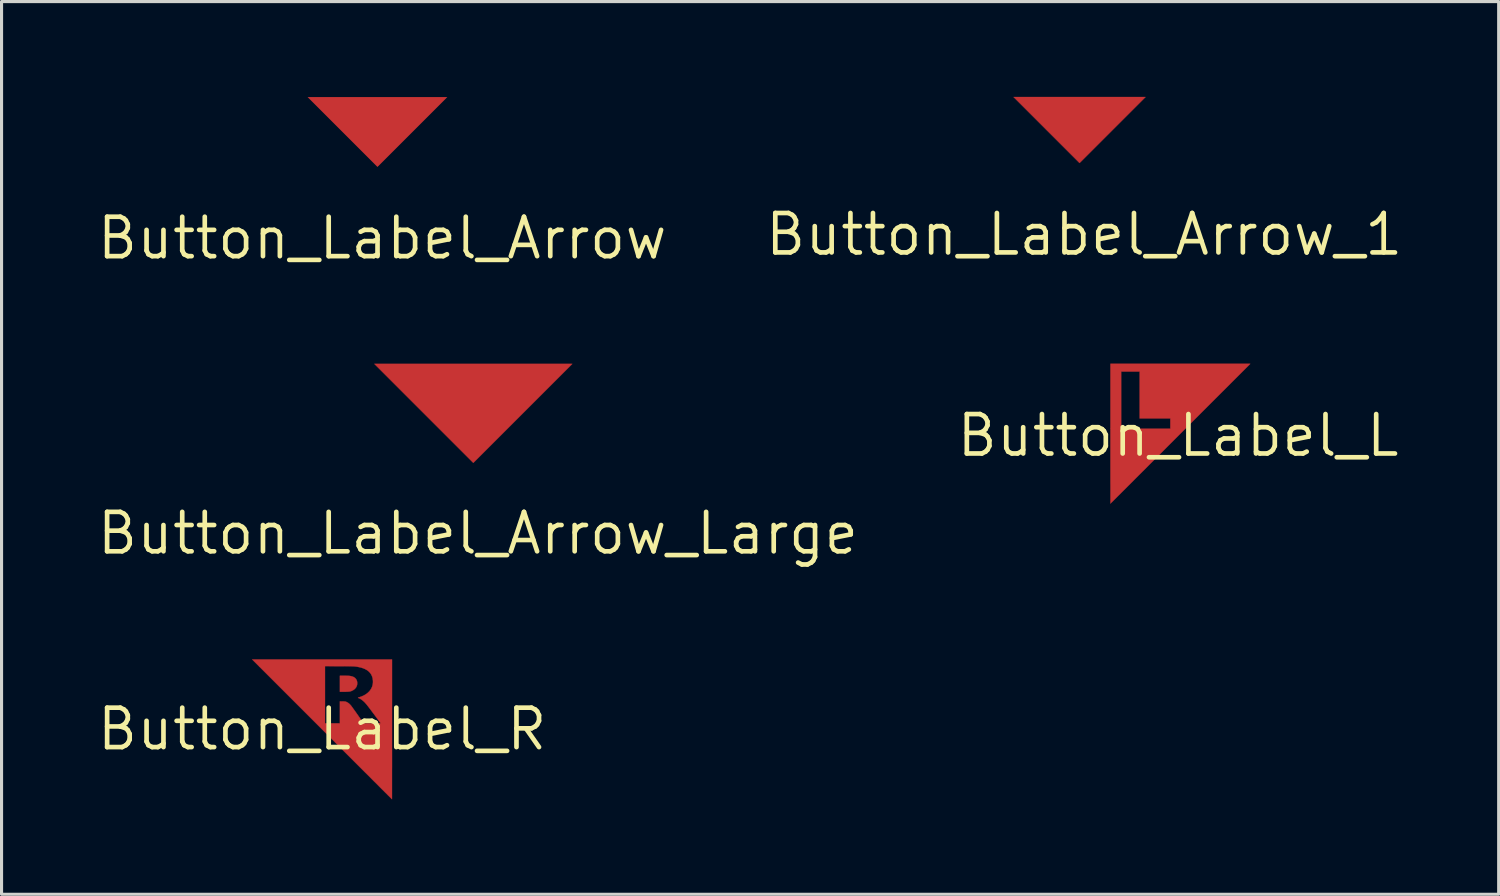
<source format=kicad_pcb>
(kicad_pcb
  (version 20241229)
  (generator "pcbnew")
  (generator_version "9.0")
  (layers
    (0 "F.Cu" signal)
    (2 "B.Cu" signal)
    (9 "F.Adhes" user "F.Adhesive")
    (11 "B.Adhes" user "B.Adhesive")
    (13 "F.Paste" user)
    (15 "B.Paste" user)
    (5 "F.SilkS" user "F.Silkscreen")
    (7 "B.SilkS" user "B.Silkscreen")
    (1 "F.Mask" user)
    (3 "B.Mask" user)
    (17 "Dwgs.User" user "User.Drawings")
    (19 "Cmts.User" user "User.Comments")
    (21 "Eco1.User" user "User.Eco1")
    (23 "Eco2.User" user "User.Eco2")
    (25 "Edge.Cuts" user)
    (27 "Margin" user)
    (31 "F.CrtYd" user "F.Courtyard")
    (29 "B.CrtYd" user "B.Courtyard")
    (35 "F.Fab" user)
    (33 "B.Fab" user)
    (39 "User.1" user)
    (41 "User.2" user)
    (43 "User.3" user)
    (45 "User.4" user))
  (footprint "Button_Label_Arrow"
    (layer "F.Cu")
    (at 9.11 2.32)
    (property "Reference" "Button_Label_Arrow" (at 0.15 2.3 0) (layer "F.SilkS") (effects (font (size 1.27 1.27) (thickness 0.15))))
    (attr board_only exclude_from_pos_files exclude_from_bom allow_missing_courtyard)
    (fp_poly (pts (xy -2.254 -2.244) (xy 2.248 -2.244) (xy -0.002 0.006) (xy -0.004 0.006)) (stroke (width 0) (type solid)) (fill yes) (layer "F.Cu"))
    (fp_poly (pts (xy -2.254 -2.244) (xy 2.248 -2.244) (xy -0.002 0.006) (xy -0.004 0.006)) (stroke (width 0) (type solid)) (fill yes) (layer "F.Mask"))
    (zone (net_name "") (layer "F.Cu") (hatch full 0.5) (connect_pads) (min_thickness 0.25) (filled_areas_thickness no) (keepout (tracks not_allowed) (vias not_allowed) (pads not_allowed) (copperpour allowed) (footprints allowed)) (placement (enabled no)) (fill) (polygon (pts (xy 6.8 0) (xy 11.4 0) (xy 11.4 0.13) (xy 9.11 2.42) (xy 6.8 0.11)))))
  (footprint "Button_Label_Arrow_1"
    (layer "F.Cu")
    (at 31.719 2.2)
    (property "Reference" "Button_Label_Arrow_1" (at 0.15 2.3 0) (layer "F.SilkS") (effects (font (size 1.27 1.27) (thickness 0.15))))
    (attr board_only exclude_from_pos_files exclude_from_bom allow_missing_courtyard)
    (fp_poly (pts (xy -1.063 -1.063) (xy -2.125 -2.125) (xy 2.125 -2.125) (xy 1.063 -1.063) (xy 0 -0.000001) (xy -1.063 -1.063)) (stroke (width 0.01) (type solid)) (fill yes) (layer "F.Cu"))
    (fp_poly (pts (xy -1.063 -1.063) (xy -2.125 -2.125) (xy 2.125 -2.125) (xy 1.063 -1.063) (xy 0 -0.000001) (xy -1.063 -1.063)) (stroke (width 0.01) (type solid)) (fill yes) (layer "F.Mask"))
    (zone (net_name "") (layer "F.Cu") (hatch full 0.5) (connect_pads) (min_thickness 0.25) (filled_areas_thickness no) (keepout (tracks not_allowed) (vias not_allowed) (pads not_allowed) (copperpour allowed) (footprints allowed)) (placement (enabled no)) (fill) (polygon (pts (xy 29.519 0) (xy 33.919 0) (xy 33.919 0.1) (xy 31.719 2.3) (xy 29.519 0.1)))))
  (footprint "Button_Label_Arrow_Large"
    (layer "F.Cu")
    (at 12.194 11.826)
    (property "Reference" "Button_Label_Arrow_Large" (at 0.15 2.3 0) (layer "F.SilkS") (effects (font (size 1.27 1.27) (thickness 0.15))))
    (attr board_only exclude_from_pos_files exclude_from_bom allow_missing_courtyard)
    (fp_poly (pts (xy -1.594 -1.563) (xy -3.188 -3.157) (xy 3.188 -3.157) (xy 1.594 -1.563) (xy 0 0.031) (xy -1.594 -1.563)) (stroke (width 0.01) (type solid)) (fill yes) (layer "F.Cu"))
    (fp_poly (pts (xy -1.594 -1.563) (xy -3.188 -3.157) (xy 3.188 -3.157) (xy 1.594 -1.563) (xy 0 0.031) (xy -1.594 -1.563)) (stroke (width 0.01) (type solid)) (fill yes) (layer "F.Mask"))
    (zone (net_name "") (layer "F.Cu") (hatch full 0.5) (connect_pads) (min_thickness 0.25) (filled_areas_thickness no) (keepout (tracks not_allowed) (vias not_allowed) (pads not_allowed) (copperpour allowed) (footprints allowed)) (placement (enabled no)) (fill) (polygon (pts (xy 8.944 8.626) (xy 15.444 8.626) (xy 15.444 8.676) (xy 12.194 11.926) (xy 8.944 8.676)))))
  (footprint "Button_Label_L"
    (layer "F.Cu")
    (at 34.893 10.976)
    (property "Reference" "Button_Label_L" (at 0 0 0) (layer "F.SilkS") (effects (font (size 1.27 1.27) (thickness 0.15))))
    (attr board_only exclude_from_pos_files exclude_from_bom allow_missing_courtyard)
    (fp_poly (pts (xy -0.797 -1.102) (xy -0.758 -1.101) (xy -0.726 -1.1) (xy -0.699 -1.098) (xy -0.678 -1.096) (xy -0.659 -1.093) (xy -0.643 -1.089) (xy -0.629 -1.084) (xy -0.614 -1.078) (xy -0.609 -1.076) (xy -0.581 -1.06) (xy -0.56 -1.039) (xy -0.545 -1.014) (xy -0.537 -0.984) (xy -0.536 -0.981) (xy -0.534 -0.947) (xy -0.54 -0.916) (xy -0.553 -0.887) (xy -0.571 -0.864) (xy -0.598 -0.84) (xy -0.629 -0.821) (xy -0.661 -0.807) (xy -0.671 -0.804) (xy -0.68 -0.801) (xy -0.688 -0.799) (xy -0.698 -0.798) (xy -0.711 -0.797) (xy -0.727 -0.796) (xy -0.748 -0.795) (xy -0.775 -0.795) (xy -0.799 -0.795) (xy -0.905 -0.793) (xy -0.905 -1.104) (xy -0.797 -1.102)) (stroke (width 0.01) (type solid)) (fill yes) (layer "F.Cu"))
    (fp_poly (pts (xy 0.073 -0.058) (xy -0.039 0.054) (xy -0.15 0.165) (xy -0.259 0.274) (xy -0.367 0.382) (xy -0.472 0.488) (xy -0.576 0.592) (xy -0.678 0.694) (xy -0.778 0.794) (xy -0.876 0.891) (xy -0.971 0.986) (xy -1.063 1.079) (xy -1.153 1.168) (xy -1.24 1.255) (xy -1.324 1.339) (xy -1.405 1.42) (xy -1.482 1.498) (xy -1.556 1.572) (xy -1.627 1.642) (xy -1.694 1.71) (xy -1.758 1.773) (xy -1.817 1.832) (xy -1.872 1.888) (xy -1.924 1.939) (xy -1.971 1.986) (xy -2.013 2.028) (xy -2.051 2.066) (xy -2.084 2.099) (xy -2.113 2.128) (xy -2.136 2.151) (xy -2.155 2.169) (xy -2.168 2.182) (xy -2.176 2.19) (xy -2.178 2.192) (xy -2.178 2.188) (xy -2.178 2.177) (xy -2.178 2.158) (xy -2.178 2.131) (xy -2.178 2.098) (xy -2.178 2.058) (xy -2.178 2.011) (xy -2.178 1.957) (xy -2.178 1.898) (xy -2.178 1.833) (xy -2.178 1.762) (xy -2.178 1.685) (xy -2.178 1.603) (xy -2.179 1.517) (xy -2.179 1.425) (xy -2.179 1.329) (xy -2.179 1.228) (xy -2.179 1.123) (xy -2.179 1.015) (xy -2.179 0.902) (xy -2.179 0.787) (xy -2.179 0.668) (xy -2.179 0.545) (xy -2.179 0.421) (xy -2.179 0.293) (xy -2.179 0.163) (xy -2.179 0.031) (xy -2.179 -2.058) (xy -1.834 -2.058) (xy -1.834 -0.217) (xy -0.25 -0.217) (xy -0.25 -0.55) (xy -1.238 -0.55) (xy -1.238 -2.058) (xy -1.834 -2.058) (xy -2.179 -2.058) (xy -2.179 -2.308) (xy 2.324 -2.308) (xy 0.073 -0.058)) (stroke (width 0.01) (type solid)) (fill yes) (layer "F.Cu"))
    (fp_poly (pts (xy -0.797 -1.102) (xy -0.758 -1.101) (xy -0.726 -1.1) (xy -0.699 -1.098) (xy -0.678 -1.096) (xy -0.659 -1.093) (xy -0.643 -1.089) (xy -0.629 -1.084) (xy -0.614 -1.078) (xy -0.609 -1.076) (xy -0.581 -1.06) (xy -0.56 -1.039) (xy -0.545 -1.014) (xy -0.537 -0.984) (xy -0.536 -0.981) (xy -0.534 -0.947) (xy -0.54 -0.916) (xy -0.553 -0.887) (xy -0.571 -0.864) (xy -0.598 -0.84) (xy -0.629 -0.821) (xy -0.661 -0.807) (xy -0.671 -0.804) (xy -0.68 -0.801) (xy -0.688 -0.799) (xy -0.698 -0.798) (xy -0.711 -0.797) (xy -0.727 -0.796) (xy -0.748 -0.795) (xy -0.775 -0.795) (xy -0.799 -0.795) (xy -0.905 -0.793) (xy -0.905 -1.104) (xy -0.797 -1.102)) (stroke (width 0.01) (type solid)) (fill yes) (layer "F.Mask"))
    (fp_poly (pts (xy 0.073 -0.058) (xy -0.039 0.054) (xy -0.15 0.165) (xy -0.259 0.274) (xy -0.367 0.382) (xy -0.472 0.488) (xy -0.576 0.592) (xy -0.678 0.694) (xy -0.778 0.794) (xy -0.876 0.891) (xy -0.971 0.986) (xy -1.063 1.079) (xy -1.153 1.168) (xy -1.24 1.255) (xy -1.324 1.339) (xy -1.405 1.42) (xy -1.482 1.498) (xy -1.556 1.572) (xy -1.627 1.642) (xy -1.694 1.71) (xy -1.758 1.773) (xy -1.817 1.832) (xy -1.872 1.888) (xy -1.924 1.939) (xy -1.971 1.986) (xy -2.013 2.028) (xy -2.051 2.066) (xy -2.084 2.099) (xy -2.113 2.128) (xy -2.136 2.151) (xy -2.155 2.169) (xy -2.168 2.182) (xy -2.176 2.19) (xy -2.178 2.192) (xy -2.178 2.188) (xy -2.178 2.177) (xy -2.178 2.158) (xy -2.178 2.131) (xy -2.178 2.098) (xy -2.178 2.058) (xy -2.178 2.011) (xy -2.178 1.957) (xy -2.178 1.898) (xy -2.178 1.833) (xy -2.178 1.762) (xy -2.178 1.685) (xy -2.178 1.603) (xy -2.179 1.517) (xy -2.179 1.425) (xy -2.179 1.329) (xy -2.179 1.228) (xy -2.179 1.123) (xy -2.179 1.015) (xy -2.179 0.902) (xy -2.179 0.787) (xy -2.179 0.668) (xy -2.179 0.545) (xy -2.179 0.421) (xy -2.179 0.293) (xy -2.179 0.163) (xy -2.179 0.031) (xy -2.179 -2.058) (xy -1.834 -2.058) (xy -1.834 -0.217) (xy -0.25 -0.217) (xy -0.25 -0.55) (xy -1.238 -0.55) (xy -1.238 -2.058) (xy -1.834 -2.058) (xy -2.179 -2.058) (xy -2.179 -2.308) (xy 2.324 -2.308) (xy 0.073 -0.058)) (stroke (width 0.01) (type solid)) (fill yes) (layer "F.Mask"))
    (zone (net_name "") (layer "F.Cu") (hatch full 0.5) (connect_pads) (min_thickness 0.25) (filled_areas_thickness no) (keepout (tracks allowed) (vias allowed) (pads allowed) (copperpour not_allowed) (footprints allowed)) (placement (enabled no)) (fill) (polygon (pts (xy 37.193 8.676) (xy 32.723 13.146) (xy 32.723 8.676))))
    (zone (net_name "") (layer "F.Cu") (hatch none 0.5) (connect_pads) (min_thickness 0.25) (filled_areas_thickness no) (keepout (tracks not_allowed) (vias not_allowed) (pads not_allowed) (copperpour allowed) (footprints allowed)) (placement (enabled no)) (fill) (polygon (pts (xy 32.668 8.626) (xy 32.668 13.201) (xy 32.768 13.201) (xy 37.243 8.726) (xy 37.243 8.626)))))
  (footprint "Button_Label_R"
    (layer "F.Cu")
    (at 7.325 20.432)
    (property "Reference" "Button_Label_R" (at 0 0 0) (layer "F.SilkS") (effects (font (size 1.27 1.27) (thickness 0.15))))
    (attr board_only exclude_from_pos_files exclude_from_bom allow_missing_courtyard)
    (fp_poly (pts (xy 0.752 -1.718) (xy 0.79 -1.717) (xy 0.821 -1.717) (xy 0.848 -1.716) (xy 0.872 -1.714) (xy 0.892 -1.712) (xy 0.911 -1.709) (xy 0.93 -1.705) (xy 0.945 -1.702) (xy 0.99 -1.688) (xy 1.029 -1.669) (xy 1.062 -1.645) (xy 1.088 -1.616) (xy 1.109 -1.583) (xy 1.123 -1.545) (xy 1.13 -1.503) (xy 1.13 -1.462) (xy 1.127 -1.43) (xy 1.12 -1.401) (xy 1.109 -1.373) (xy 1.103 -1.359) (xy 1.082 -1.327) (xy 1.055 -1.297) (xy 1.022 -1.269) (xy 0.984 -1.246) (xy 0.944 -1.227) (xy 0.93 -1.222) (xy 0.913 -1.217) (xy 0.896 -1.213) (xy 0.877 -1.209) (xy 0.856 -1.207) (xy 0.831 -1.205) (xy 0.802 -1.203) (xy 0.768 -1.202) (xy 0.727 -1.202) (xy 0.702 -1.202) (xy 0.572 -1.202) (xy 0.572 -1.718) (xy 0.708 -1.718) (xy 0.752 -1.718)) (stroke (width 0.01) (type solid)) (fill yes) (layer "F.Cu"))
    (fp_poly (pts (xy 2.251 0.008) (xy 2.251 0.142) (xy 2.251 0.273) (xy 2.251 0.402) (xy 2.251 0.529) (xy 2.251 0.653) (xy 2.251 0.774) (xy 2.251 0.892) (xy 2.251 1.007) (xy 2.251 1.118) (xy 2.251 1.225) (xy 2.25 1.328) (xy 2.25 1.428) (xy 2.25 1.522) (xy 2.25 1.612) (xy 2.25 1.698) (xy 2.25 1.778) (xy 2.25 1.852) (xy 2.25 1.921) (xy 2.25 1.985) (xy 2.25 2.042) (xy 2.25 2.093) (xy 2.25 2.138) (xy 2.25 2.176) (xy 2.25 2.207) (xy 2.25 2.231) (xy 2.25 2.248) (xy 2.25 2.257) (xy 2.25 2.259) (xy 2.247 2.256) (xy 2.239 2.248) (xy 2.225 2.234) (xy 2.206 2.215) (xy 2.182 2.191) (xy 2.153 2.162) (xy 2.119 2.129) (xy 2.081 2.09) (xy 2.038 2.048) (xy 1.991 2) (xy 1.939 1.949) (xy 1.883 1.893) (xy 1.823 1.833) (xy 1.76 1.769) (xy 1.692 1.702) (xy 1.621 1.631) (xy 1.547 1.556) (xy 1.469 1.478) (xy 1.387 1.397) (xy 1.303 1.313) (xy 1.216 1.226) (xy 1.126 1.136) (xy 1.033 1.043) (xy 0.938 0.948) (xy 0.84 0.85) (xy 0.74 0.75) (xy 0.638 0.648) (xy 0.534 0.544) (xy 0.428 0.438) (xy 0.32 0.33) (xy 0.211 0.221) (xy 0.1 0.11) (xy -0.002 0.008) (xy -0.196 -0.186) (xy 0.092 -0.186) (xy 0.572 -0.186) (xy 0.572 -0.893) (xy 0.658 -0.891) (xy 0.688 -0.891) (xy 0.711 -0.89) (xy 0.728 -0.889) (xy 0.742 -0.887) (xy 0.752 -0.886) (xy 0.761 -0.883) (xy 0.767 -0.881) (xy 0.807 -0.863) (xy 0.846 -0.839) (xy 0.883 -0.808) (xy 0.919 -0.77) (xy 0.935 -0.751) (xy 0.942 -0.741) (xy 0.954 -0.725) (xy 0.97 -0.704) (xy 0.988 -0.678) (xy 1.01 -0.648) (xy 1.034 -0.614) (xy 1.06 -0.578) (xy 1.088 -0.539) (xy 1.116 -0.498) (xy 1.146 -0.457) (xy 1.152 -0.447) (xy 1.336 -0.186) (xy 1.611 -0.186) (xy 1.657 -0.186) (xy 1.7 -0.186) (xy 1.741 -0.186) (xy 1.777 -0.186) (xy 1.81 -0.187) (xy 1.837 -0.187) (xy 1.859 -0.187) (xy 1.875 -0.187) (xy 1.884 -0.188) (xy 1.886 -0.188) (xy 1.883 -0.191) (xy 1.877 -0.201) (xy 1.866 -0.215) (xy 1.851 -0.235) (xy 1.833 -0.259) (xy 1.812 -0.287) (xy 1.789 -0.319) (xy 1.763 -0.354) (xy 1.735 -0.392) (xy 1.705 -0.432) (xy 1.681 -0.465) (xy 1.639 -0.52) (xy 1.602 -0.57) (xy 1.569 -0.614) (xy 1.54 -0.653) (xy 1.513 -0.687) (xy 1.49 -0.718) (xy 1.47 -0.744) (xy 1.451 -0.767) (xy 1.435 -0.788) (xy 1.42 -0.806) (xy 1.406 -0.822) (xy 1.393 -0.836) (xy 1.381 -0.85) (xy 1.372 -0.86) (xy 1.34 -0.891) (xy 1.306 -0.92) (xy 1.272 -0.946) (xy 1.238 -0.969) (xy 1.206 -0.986) (xy 1.176 -0.999) (xy 1.172 -1) (xy 1.162 -1.004) (xy 1.156 -1.008) (xy 1.155 -1.009) (xy 1.159 -1.012) (xy 1.169 -1.017) (xy 1.183 -1.022) (xy 1.194 -1.025) (xy 1.256 -1.046) (xy 1.316 -1.071) (xy 1.372 -1.1) (xy 1.423 -1.132) (xy 1.469 -1.168) (xy 1.508 -1.205) (xy 1.52 -1.217) (xy 1.558 -1.267) (xy 1.589 -1.318) (xy 1.612 -1.372) (xy 1.627 -1.427) (xy 1.636 -1.486) (xy 1.637 -1.547) (xy 1.635 -1.572) (xy 1.627 -1.632) (xy 1.612 -1.688) (xy 1.59 -1.74) (xy 1.562 -1.787) (xy 1.527 -1.83) (xy 1.486 -1.869) (xy 1.438 -1.903) (xy 1.383 -1.933) (xy 1.322 -1.959) (xy 1.253 -1.981) (xy 1.179 -1.998) (xy 1.149 -2.004) (xy 1.13 -2.007) (xy 1.113 -2.01) (xy 1.097 -2.012) (xy 1.081 -2.014) (xy 1.064 -2.016) (xy 1.047 -2.018) (xy 1.028 -2.019) (xy 1.007 -2.021) (xy 0.983 -2.022) (xy 0.957 -2.023) (xy 0.927 -2.023) (xy 0.893 -2.024) (xy 0.855 -2.025) (xy 0.811 -2.025) (xy 0.762 -2.025) (xy 0.707 -2.026) (xy 0.645 -2.026) (xy 0.576 -2.026) (xy 0.537 -2.026) (xy 0.092 -2.028) (xy 0.092 -0.186) (xy -0.196 -0.186) (xy -2.252 -2.242) (xy 2.251 -2.242) (xy 2.251 0.008)) (stroke (width 0.01) (type solid)) (fill yes) (layer "F.Cu"))
    (fp_poly (pts (xy 0.752 -1.718) (xy 0.79 -1.717) (xy 0.821 -1.717) (xy 0.848 -1.716) (xy 0.872 -1.714) (xy 0.892 -1.712) (xy 0.911 -1.709) (xy 0.93 -1.705) (xy 0.945 -1.702) (xy 0.99 -1.688) (xy 1.029 -1.669) (xy 1.062 -1.645) (xy 1.088 -1.616) (xy 1.109 -1.583) (xy 1.123 -1.545) (xy 1.13 -1.503) (xy 1.13 -1.462) (xy 1.127 -1.43) (xy 1.12 -1.401) (xy 1.109 -1.373) (xy 1.103 -1.359) (xy 1.082 -1.327) (xy 1.055 -1.297) (xy 1.022 -1.269) (xy 0.984 -1.246) (xy 0.944 -1.227) (xy 0.93 -1.222) (xy 0.913 -1.217) (xy 0.896 -1.213) (xy 0.877 -1.209) (xy 0.856 -1.207) (xy 0.831 -1.205) (xy 0.802 -1.203) (xy 0.768 -1.202) (xy 0.727 -1.202) (xy 0.702 -1.202) (xy 0.572 -1.202) (xy 0.572 -1.718) (xy 0.708 -1.718) (xy 0.752 -1.718)) (stroke (width 0.01) (type solid)) (fill yes) (layer "F.Mask"))
    (fp_poly (pts (xy 2.251 0.008) (xy 2.251 0.142) (xy 2.251 0.273) (xy 2.251 0.402) (xy 2.251 0.529) (xy 2.251 0.653) (xy 2.251 0.774) (xy 2.251 0.892) (xy 2.251 1.007) (xy 2.251 1.118) (xy 2.251 1.225) (xy 2.25 1.328) (xy 2.25 1.428) (xy 2.25 1.522) (xy 2.25 1.612) (xy 2.25 1.698) (xy 2.25 1.778) (xy 2.25 1.852) (xy 2.25 1.921) (xy 2.25 1.985) (xy 2.25 2.042) (xy 2.25 2.093) (xy 2.25 2.138) (xy 2.25 2.176) (xy 2.25 2.207) (xy 2.25 2.231) (xy 2.25 2.248) (xy 2.25 2.257) (xy 2.25 2.259) (xy 2.247 2.256) (xy 2.239 2.248) (xy 2.225 2.234) (xy 2.206 2.215) (xy 2.182 2.191) (xy 2.153 2.162) (xy 2.119 2.129) (xy 2.081 2.09) (xy 2.038 2.048) (xy 1.991 2) (xy 1.939 1.949) (xy 1.883 1.893) (xy 1.823 1.833) (xy 1.76 1.769) (xy 1.692 1.702) (xy 1.621 1.631) (xy 1.547 1.556) (xy 1.469 1.478) (xy 1.387 1.397) (xy 1.303 1.313) (xy 1.216 1.226) (xy 1.126 1.136) (xy 1.033 1.043) (xy 0.938 0.948) (xy 0.84 0.85) (xy 0.74 0.75) (xy 0.638 0.648) (xy 0.534 0.544) (xy 0.428 0.438) (xy 0.32 0.33) (xy 0.211 0.221) (xy 0.1 0.11) (xy -0.002 0.008) (xy -0.196 -0.186) (xy 0.092 -0.186) (xy 0.572 -0.186) (xy 0.572 -0.893) (xy 0.658 -0.891) (xy 0.688 -0.891) (xy 0.711 -0.89) (xy 0.728 -0.889) (xy 0.742 -0.887) (xy 0.752 -0.886) (xy 0.761 -0.883) (xy 0.767 -0.881) (xy 0.807 -0.863) (xy 0.846 -0.839) (xy 0.883 -0.808) (xy 0.919 -0.77) (xy 0.935 -0.751) (xy 0.942 -0.741) (xy 0.954 -0.725) (xy 0.97 -0.704) (xy 0.988 -0.678) (xy 1.01 -0.648) (xy 1.034 -0.614) (xy 1.06 -0.578) (xy 1.088 -0.539) (xy 1.116 -0.498) (xy 1.146 -0.457) (xy 1.152 -0.447) (xy 1.336 -0.186) (xy 1.611 -0.186) (xy 1.657 -0.186) (xy 1.7 -0.186) (xy 1.741 -0.186) (xy 1.777 -0.186) (xy 1.81 -0.187) (xy 1.837 -0.187) (xy 1.859 -0.187) (xy 1.875 -0.187) (xy 1.884 -0.188) (xy 1.886 -0.188) (xy 1.883 -0.191) (xy 1.877 -0.201) (xy 1.866 -0.215) (xy 1.851 -0.235) (xy 1.833 -0.259) (xy 1.812 -0.287) (xy 1.789 -0.319) (xy 1.763 -0.354) (xy 1.735 -0.392) (xy 1.705 -0.432) (xy 1.681 -0.465) (xy 1.639 -0.52) (xy 1.602 -0.57) (xy 1.569 -0.614) (xy 1.54 -0.653) (xy 1.513 -0.687) (xy 1.49 -0.718) (xy 1.47 -0.744) (xy 1.451 -0.767) (xy 1.435 -0.788) (xy 1.42 -0.806) (xy 1.406 -0.822) (xy 1.393 -0.836) (xy 1.381 -0.85) (xy 1.372 -0.86) (xy 1.34 -0.891) (xy 1.306 -0.92) (xy 1.272 -0.946) (xy 1.238 -0.969) (xy 1.206 -0.986) (xy 1.176 -0.999) (xy 1.172 -1) (xy 1.162 -1.004) (xy 1.156 -1.008) (xy 1.155 -1.009) (xy 1.159 -1.012) (xy 1.169 -1.017) (xy 1.183 -1.022) (xy 1.194 -1.025) (xy 1.256 -1.046) (xy 1.316 -1.071) (xy 1.372 -1.1) (xy 1.423 -1.132) (xy 1.469 -1.168) (xy 1.508 -1.205) (xy 1.52 -1.217) (xy 1.558 -1.267) (xy 1.589 -1.318) (xy 1.612 -1.372) (xy 1.627 -1.427) (xy 1.636 -1.486) (xy 1.637 -1.547) (xy 1.635 -1.572) (xy 1.627 -1.632) (xy 1.612 -1.688) (xy 1.59 -1.74) (xy 1.562 -1.787) (xy 1.527 -1.83) (xy 1.486 -1.869) (xy 1.438 -1.903) (xy 1.383 -1.933) (xy 1.322 -1.959) (xy 1.253 -1.981) (xy 1.179 -1.998) (xy 1.149 -2.004) (xy 1.13 -2.007) (xy 1.113 -2.01) (xy 1.097 -2.012) (xy 1.081 -2.014) (xy 1.064 -2.016) (xy 1.047 -2.018) (xy 1.028 -2.019) (xy 1.007 -2.021) (xy 0.983 -2.022) (xy 0.957 -2.023) (xy 0.927 -2.023) (xy 0.893 -2.024) (xy 0.855 -2.025) (xy 0.811 -2.025) (xy 0.762 -2.025) (xy 0.707 -2.026) (xy 0.645 -2.026) (xy 0.576 -2.026) (xy 0.537 -2.026) (xy 0.092 -2.028) (xy 0.092 -0.186) (xy -0.196 -0.186) (xy -2.252 -2.242) (xy 2.251 -2.242) (xy 2.251 0.008)) (stroke (width 0.01) (type solid)) (fill yes) (layer "F.Mask"))
    (zone (net_name "") (layer "F.Cu") (hatch full 0.5) (connect_pads) (min_thickness 0.25) (filled_areas_thickness no) (keepout (tracks allowed) (vias allowed) (pads allowed) (copperpour not_allowed) (footprints allowed)) (placement (enabled no)) (fill) (polygon (pts (xy 9.565 22.672) (xy 9.565 18.192) (xy 5.085 18.192))))
    (zone (net_name "") (layer "F.Cu") (hatch none 0.5) (connect_pads) (min_thickness 0.25) (filled_areas_thickness no) (keepout (tracks not_allowed) (vias not_allowed) (pads not_allowed) (copperpour allowed) (footprints allowed)) (placement (enabled no)) (fill) (polygon (pts (xy 9.625 18.132) (xy 9.625 22.752) (xy 9.545 22.752) (xy 5.005 18.212) (xy 5.005 18.132)))))
  (gr_rect
    (start -3 -3)
    (end 45.218 25.752)
    (stroke (width 0.1) (type default))
    (fill no)
    (layer "Edge.Cuts")))
</source>
